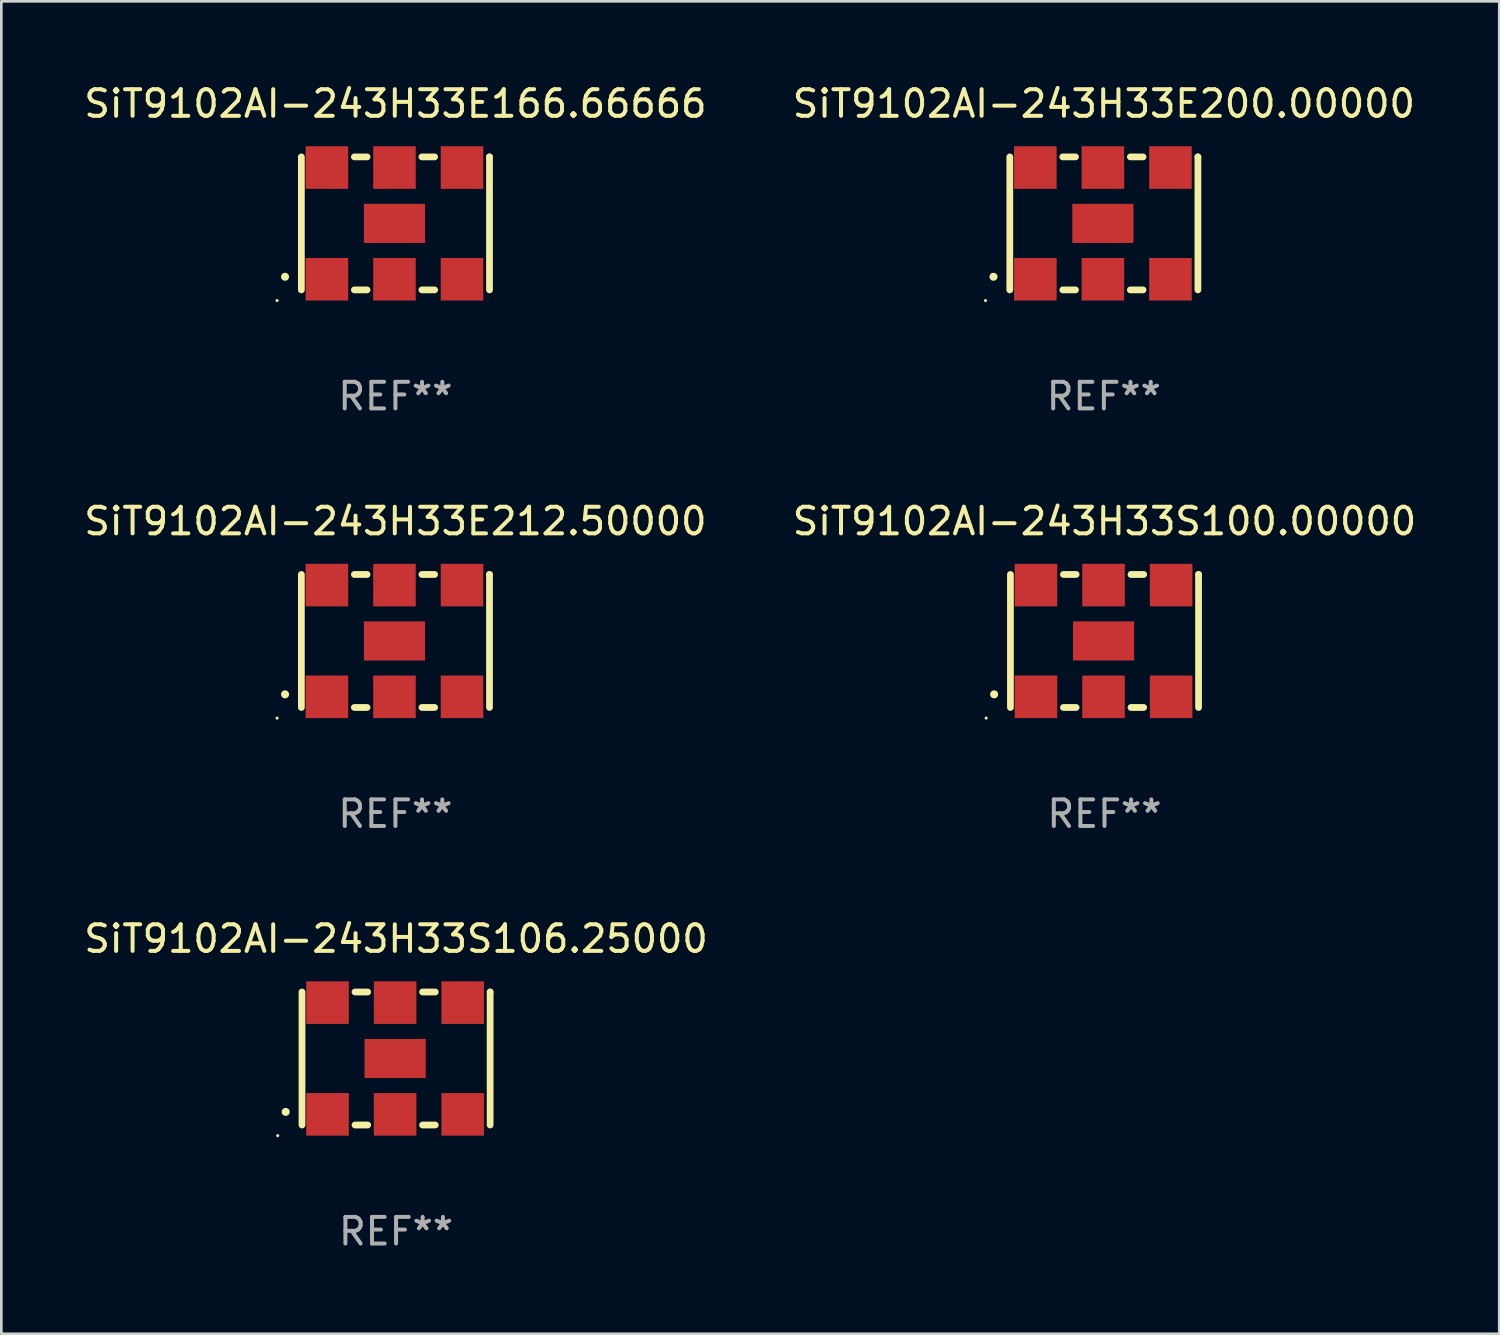
<source format=kicad_pcb>
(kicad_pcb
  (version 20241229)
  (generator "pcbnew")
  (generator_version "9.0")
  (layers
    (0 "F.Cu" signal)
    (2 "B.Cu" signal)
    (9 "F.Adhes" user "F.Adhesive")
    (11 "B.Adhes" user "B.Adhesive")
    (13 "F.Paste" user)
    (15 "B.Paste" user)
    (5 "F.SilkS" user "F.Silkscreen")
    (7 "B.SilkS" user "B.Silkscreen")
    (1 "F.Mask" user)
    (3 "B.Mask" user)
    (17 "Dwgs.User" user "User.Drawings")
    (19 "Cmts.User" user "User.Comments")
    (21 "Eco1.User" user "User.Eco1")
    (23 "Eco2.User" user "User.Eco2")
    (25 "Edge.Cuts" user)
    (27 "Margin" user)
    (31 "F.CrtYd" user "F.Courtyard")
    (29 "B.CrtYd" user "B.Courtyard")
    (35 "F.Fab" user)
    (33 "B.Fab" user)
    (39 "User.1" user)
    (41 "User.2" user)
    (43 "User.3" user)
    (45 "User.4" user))
  (footprint "SiT9102AI-243H33E200.00000"
    (layer "F.Cu")
    (at 38.446 5.348)
    (property "Reference" "SiT9102AI-243H33E200.00000" (at 0 -4.5 0) (layer "F.SilkS") (effects (font (size 1 1) (thickness 0.15))))
    (attr through_hole)
    (fp_line (start -3.536 -2.5) (end -3.536 2.5) (stroke (width 0.254) (type solid)) (layer "F.SilkS"))
    (fp_line (start -1.544 2.5) (end -1.067 2.5) (stroke (width 0.254) (type solid)) (layer "F.SilkS"))
    (fp_line (start -1.067 -2.5) (end -1.544 -2.5) (stroke (width 0.254) (type solid)) (layer "F.SilkS"))
    (fp_line (start 0.996 2.5) (end 1.473 2.5) (stroke (width 0.254) (type solid)) (layer "F.SilkS"))
    (fp_line (start 1.473 -2.5) (end 0.996 -2.5) (stroke (width 0.254) (type solid)) (layer "F.SilkS"))
    (fp_line (start 3.536 -2.5) (end 3.536 -2.5) (stroke (width 0.254) (type solid)) (layer "F.SilkS"))
    (fp_line (start 3.536 2.5) (end 3.536 -2.5) (stroke (width 0.254) (type solid)) (layer "F.SilkS"))
    (fp_arc (start -4.150432 2.006604) (mid -4.149162 2.006599) (end -4.147892 2.006604) (stroke (width 0.3) (type solid)) (layer "F.SilkS"))
    (fp_circle (center -4.449 2.9) (end -4.419 2.9) (stroke (width 0.06) (type solid)) (fill no) (layer "F.SilkS"))
    (fp_text user "REF**" (at 0 6.5 0) (layer "F.Fab") (effects (font (size 1 1) (thickness 0.15))))
    (pad "1" smd rect (at -2.576 2.1) (size 1.6 1.6) (layers "F.Cu" "F.Mask" "F.Paste"))
    (pad "2" smd rect (at -0.036 2.1) (size 1.6 1.6) (layers "F.Cu" "F.Mask" "F.Paste"))
    (pad "3" smd rect (at 2.504 2.1) (size 1.6 1.6) (layers "F.Cu" "F.Mask" "F.Paste"))
    (pad "4" smd rect (at 2.504 -2.1) (size 1.6 1.6) (layers "F.Cu" "F.Mask" "F.Paste"))
    (pad "5" smd rect (at -0.036 -2.1) (size 1.6 1.6) (layers "F.Cu" "F.Mask" "F.Paste"))
    (pad "6" smd rect (at -2.576 -2.1) (size 1.6 1.6) (layers "F.Cu" "F.Mask" "F.Paste"))
    (pad "7" smd rect (at -0.036 0) (size 2.3 1.47) (layers "F.Cu" "F.Mask" "F.Paste")))
  (footprint "SiT9102AI-243H33S106.25000"
    (layer "F.Cu")
    (at 11.839 36.741)
    (property "Reference" "SiT9102AI-243H33S106.25000" (at 0 -4.5 0) (layer "F.SilkS") (effects (font (size 1 1) (thickness 0.15))))
    (attr through_hole)
    (fp_line (start -3.536 -2.5) (end -3.536 2.5) (stroke (width 0.254) (type solid)) (layer "F.SilkS"))
    (fp_line (start -1.544 2.5) (end -1.067 2.5) (stroke (width 0.254) (type solid)) (layer "F.SilkS"))
    (fp_line (start -1.067 -2.5) (end -1.544 -2.5) (stroke (width 0.254) (type solid)) (layer "F.SilkS"))
    (fp_line (start 0.996 2.5) (end 1.473 2.5) (stroke (width 0.254) (type solid)) (layer "F.SilkS"))
    (fp_line (start 1.473 -2.5) (end 0.996 -2.5) (stroke (width 0.254) (type solid)) (layer "F.SilkS"))
    (fp_line (start 3.536 -2.5) (end 3.536 -2.5) (stroke (width 0.254) (type solid)) (layer "F.SilkS"))
    (fp_line (start 3.536 2.5) (end 3.536 -2.5) (stroke (width 0.254) (type solid)) (layer "F.SilkS"))
    (fp_arc (start -4.150432 2.006604) (mid -4.149162 2.006599) (end -4.147892 2.006604) (stroke (width 0.3) (type solid)) (layer "F.SilkS"))
    (fp_circle (center -4.449 2.9) (end -4.419 2.9) (stroke (width 0.06) (type solid)) (fill no) (layer "F.SilkS"))
    (fp_text user "REF**" (at 0 6.5 0) (layer "F.Fab") (effects (font (size 1 1) (thickness 0.15))))
    (pad "1" smd rect (at -2.576 2.1) (size 1.6 1.6) (layers "F.Cu" "F.Mask" "F.Paste"))
    (pad "2" smd rect (at -0.036 2.1) (size 1.6 1.6) (layers "F.Cu" "F.Mask" "F.Paste"))
    (pad "3" smd rect (at 2.504 2.1) (size 1.6 1.6) (layers "F.Cu" "F.Mask" "F.Paste"))
    (pad "4" smd rect (at 2.504 -2.1) (size 1.6 1.6) (layers "F.Cu" "F.Mask" "F.Paste"))
    (pad "5" smd rect (at -0.036 -2.1) (size 1.6 1.6) (layers "F.Cu" "F.Mask" "F.Paste"))
    (pad "6" smd rect (at -2.576 -2.1) (size 1.6 1.6) (layers "F.Cu" "F.Mask" "F.Paste"))
    (pad "7" smd rect (at -0.036 0) (size 2.3 1.47) (layers "F.Cu" "F.Mask" "F.Paste")))
  (footprint "SiT9102AI-243H33E166.66666"
    (layer "F.Cu")
    (at 11.815 5.348)
    (property "Reference" "SiT9102AI-243H33E166.66666" (at 0 -4.5 0) (layer "F.SilkS") (effects (font (size 1 1) (thickness 0.15))))
    (attr through_hole)
    (fp_line (start -3.536 -2.5) (end -3.536 2.5) (stroke (width 0.254) (type solid)) (layer "F.SilkS"))
    (fp_line (start -1.544 2.5) (end -1.067 2.5) (stroke (width 0.254) (type solid)) (layer "F.SilkS"))
    (fp_line (start -1.067 -2.5) (end -1.544 -2.5) (stroke (width 0.254) (type solid)) (layer "F.SilkS"))
    (fp_line (start 0.996 2.5) (end 1.473 2.5) (stroke (width 0.254) (type solid)) (layer "F.SilkS"))
    (fp_line (start 1.473 -2.5) (end 0.996 -2.5) (stroke (width 0.254) (type solid)) (layer "F.SilkS"))
    (fp_line (start 3.536 -2.5) (end 3.536 -2.5) (stroke (width 0.254) (type solid)) (layer "F.SilkS"))
    (fp_line (start 3.536 2.5) (end 3.536 -2.5) (stroke (width 0.254) (type solid)) (layer "F.SilkS"))
    (fp_arc (start -4.150432 2.006604) (mid -4.149162 2.006599) (end -4.147892 2.006604) (stroke (width 0.3) (type solid)) (layer "F.SilkS"))
    (fp_circle (center -4.449 2.9) (end -4.419 2.9) (stroke (width 0.06) (type solid)) (fill no) (layer "F.SilkS"))
    (fp_text user "REF**" (at 0 6.5 0) (layer "F.Fab") (effects (font (size 1 1) (thickness 0.15))))
    (pad "1" smd rect (at -2.576 2.1) (size 1.6 1.6) (layers "F.Cu" "F.Mask" "F.Paste"))
    (pad "2" smd rect (at -0.036 2.1) (size 1.6 1.6) (layers "F.Cu" "F.Mask" "F.Paste"))
    (pad "3" smd rect (at 2.504 2.1) (size 1.6 1.6) (layers "F.Cu" "F.Mask" "F.Paste"))
    (pad "4" smd rect (at 2.504 -2.1) (size 1.6 1.6) (layers "F.Cu" "F.Mask" "F.Paste"))
    (pad "5" smd rect (at -0.036 -2.1) (size 1.6 1.6) (layers "F.Cu" "F.Mask" "F.Paste"))
    (pad "6" smd rect (at -2.576 -2.1) (size 1.6 1.6) (layers "F.Cu" "F.Mask" "F.Paste"))
    (pad "7" smd rect (at -0.036 0) (size 2.3 1.47) (layers "F.Cu" "F.Mask" "F.Paste")))
  (footprint "SiT9102AI-243H33S100.00000"
    (layer "F.Cu")
    (at 38.47 21.045)
    (property "Reference" "SiT9102AI-243H33S100.00000" (at 0 -4.5 0) (layer "F.SilkS") (effects (font (size 1 1) (thickness 0.15))))
    (attr through_hole)
    (fp_line (start -3.536 -2.5) (end -3.536 2.5) (stroke (width 0.254) (type solid)) (layer "F.SilkS"))
    (fp_line (start -1.544 2.5) (end -1.067 2.5) (stroke (width 0.254) (type solid)) (layer "F.SilkS"))
    (fp_line (start -1.067 -2.5) (end -1.544 -2.5) (stroke (width 0.254) (type solid)) (layer "F.SilkS"))
    (fp_line (start 0.996 2.5) (end 1.473 2.5) (stroke (width 0.254) (type solid)) (layer "F.SilkS"))
    (fp_line (start 1.473 -2.5) (end 0.996 -2.5) (stroke (width 0.254) (type solid)) (layer "F.SilkS"))
    (fp_line (start 3.536 -2.5) (end 3.536 -2.5) (stroke (width 0.254) (type solid)) (layer "F.SilkS"))
    (fp_line (start 3.536 2.5) (end 3.536 -2.5) (stroke (width 0.254) (type solid)) (layer "F.SilkS"))
    (fp_arc (start -4.150432 2.006604) (mid -4.149162 2.006599) (end -4.147892 2.006604) (stroke (width 0.3) (type solid)) (layer "F.SilkS"))
    (fp_circle (center -4.449 2.9) (end -4.419 2.9) (stroke (width 0.06) (type solid)) (fill no) (layer "F.SilkS"))
    (fp_text user "REF**" (at 0 6.5 0) (layer "F.Fab") (effects (font (size 1 1) (thickness 0.15))))
    (pad "1" smd rect (at -2.576 2.1) (size 1.6 1.6) (layers "F.Cu" "F.Mask" "F.Paste"))
    (pad "2" smd rect (at -0.036 2.1) (size 1.6 1.6) (layers "F.Cu" "F.Mask" "F.Paste"))
    (pad "3" smd rect (at 2.504 2.1) (size 1.6 1.6) (layers "F.Cu" "F.Mask" "F.Paste"))
    (pad "4" smd rect (at 2.504 -2.1) (size 1.6 1.6) (layers "F.Cu" "F.Mask" "F.Paste"))
    (pad "5" smd rect (at -0.036 -2.1) (size 1.6 1.6) (layers "F.Cu" "F.Mask" "F.Paste"))
    (pad "6" smd rect (at -2.576 -2.1) (size 1.6 1.6) (layers "F.Cu" "F.Mask" "F.Paste"))
    (pad "7" smd rect (at -0.036 0) (size 2.3 1.47) (layers "F.Cu" "F.Mask" "F.Paste")))
  (footprint "SiT9102AI-243H33E212.50000"
    (layer "F.Cu")
    (at 11.815 21.045)
    (property "Reference" "SiT9102AI-243H33E212.50000" (at 0 -4.5 0) (layer "F.SilkS") (effects (font (size 1 1) (thickness 0.15))))
    (attr through_hole)
    (fp_line (start -3.536 -2.5) (end -3.536 2.5) (stroke (width 0.254) (type solid)) (layer "F.SilkS"))
    (fp_line (start -1.544 2.5) (end -1.067 2.5) (stroke (width 0.254) (type solid)) (layer "F.SilkS"))
    (fp_line (start -1.067 -2.5) (end -1.544 -2.5) (stroke (width 0.254) (type solid)) (layer "F.SilkS"))
    (fp_line (start 0.996 2.5) (end 1.473 2.5) (stroke (width 0.254) (type solid)) (layer "F.SilkS"))
    (fp_line (start 1.473 -2.5) (end 0.996 -2.5) (stroke (width 0.254) (type solid)) (layer "F.SilkS"))
    (fp_line (start 3.536 -2.5) (end 3.536 -2.5) (stroke (width 0.254) (type solid)) (layer "F.SilkS"))
    (fp_line (start 3.536 2.5) (end 3.536 -2.5) (stroke (width 0.254) (type solid)) (layer "F.SilkS"))
    (fp_arc (start -4.150432 2.006604) (mid -4.149162 2.006599) (end -4.147892 2.006604) (stroke (width 0.3) (type solid)) (layer "F.SilkS"))
    (fp_circle (center -4.449 2.9) (end -4.419 2.9) (stroke (width 0.06) (type solid)) (fill no) (layer "F.SilkS"))
    (fp_text user "REF**" (at 0 6.5 0) (layer "F.Fab") (effects (font (size 1 1) (thickness 0.15))))
    (pad "1" smd rect (at -2.576 2.1) (size 1.6 1.6) (layers "F.Cu" "F.Mask" "F.Paste"))
    (pad "2" smd rect (at -0.036 2.1) (size 1.6 1.6) (layers "F.Cu" "F.Mask" "F.Paste"))
    (pad "3" smd rect (at 2.504 2.1) (size 1.6 1.6) (layers "F.Cu" "F.Mask" "F.Paste"))
    (pad "4" smd rect (at 2.504 -2.1) (size 1.6 1.6) (layers "F.Cu" "F.Mask" "F.Paste"))
    (pad "5" smd rect (at -0.036 -2.1) (size 1.6 1.6) (layers "F.Cu" "F.Mask" "F.Paste"))
    (pad "6" smd rect (at -2.576 -2.1) (size 1.6 1.6) (layers "F.Cu" "F.Mask" "F.Paste"))
    (pad "7" smd rect (at -0.036 0) (size 2.3 1.47) (layers "F.Cu" "F.Mask" "F.Paste")))
  (gr_rect
    (start -3 -3)
    (end 53.31 47.09)
    (stroke (width 0.1) (type default))
    (fill no)
    (layer "Edge.Cuts")))
</source>
